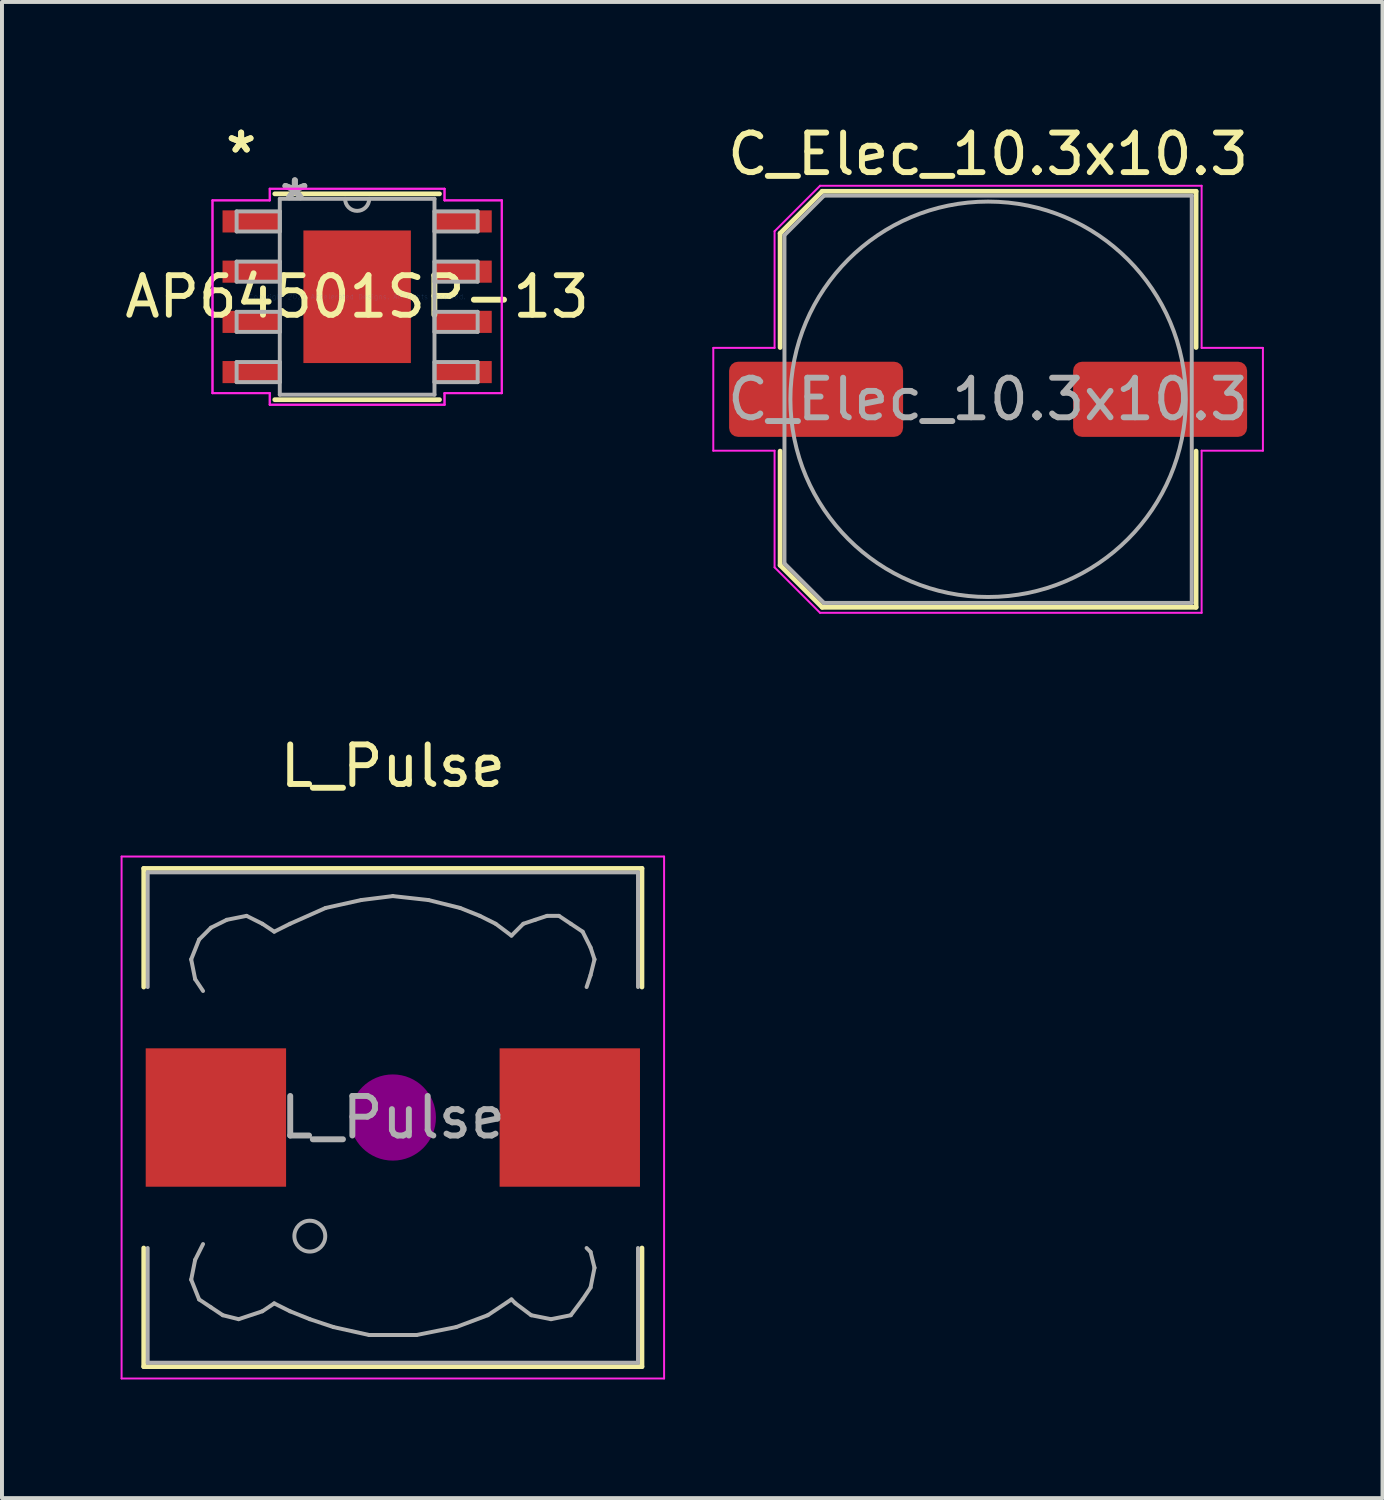
<source format=kicad_pcb>
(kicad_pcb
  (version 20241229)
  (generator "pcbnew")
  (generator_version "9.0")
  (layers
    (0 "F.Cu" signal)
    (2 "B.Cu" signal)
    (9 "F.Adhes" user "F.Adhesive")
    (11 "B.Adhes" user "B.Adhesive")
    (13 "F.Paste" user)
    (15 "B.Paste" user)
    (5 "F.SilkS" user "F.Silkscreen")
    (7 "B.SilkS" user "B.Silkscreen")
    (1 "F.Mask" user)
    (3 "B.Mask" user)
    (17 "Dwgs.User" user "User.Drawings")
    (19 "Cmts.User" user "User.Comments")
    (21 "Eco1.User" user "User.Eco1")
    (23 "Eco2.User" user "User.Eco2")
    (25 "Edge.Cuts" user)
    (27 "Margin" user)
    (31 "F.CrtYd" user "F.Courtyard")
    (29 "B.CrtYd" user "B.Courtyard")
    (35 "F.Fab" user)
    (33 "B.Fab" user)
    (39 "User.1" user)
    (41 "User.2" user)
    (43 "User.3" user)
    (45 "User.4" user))
  (footprint "C_Elec_10.3x10.3"
    (layer "F.Cu")
    (at 21.939 7.048)
    (property "Reference" "C_Elec_10.3x10.3" (at 0 -6.2 0) (layer "F.SilkS") (effects (font (size 1 1) (thickness 0.15))))
    (attr smd)
    (fp_line (start -5.26 -4.196) (end -5.26 -1.31) (stroke (width 0.12) (type solid)) (layer "F.SilkS"))
    (fp_line (start -5.26 -4.196) (end -4.196 -5.26) (stroke (width 0.12) (type solid)) (layer "F.SilkS"))
    (fp_line (start -5.26 4.196) (end -5.26 1.31) (stroke (width 0.12) (type solid)) (layer "F.SilkS"))
    (fp_line (start -5.26 4.196) (end -4.196 5.26) (stroke (width 0.12) (type solid)) (layer "F.SilkS"))
    (fp_line (start -4.196 -5.26) (end 5.26 -5.26) (stroke (width 0.12) (type solid)) (layer "F.SilkS"))
    (fp_line (start -4.196 5.26) (end 5.26 5.26) (stroke (width 0.12) (type solid)) (layer "F.SilkS"))
    (fp_line (start 5.26 -5.26) (end 5.26 -1.31) (stroke (width 0.12) (type solid)) (layer "F.SilkS"))
    (fp_line (start 5.26 5.26) (end 5.26 1.31) (stroke (width 0.12) (type solid)) (layer "F.SilkS"))
    (fp_line (start -6.95 -1.3) (end -6.95 1.3) (stroke (width 0.05) (type solid)) (layer "F.CrtYd"))
    (fp_line (start -6.95 1.3) (end -5.4 1.3) (stroke (width 0.05) (type solid)) (layer "F.CrtYd"))
    (fp_line (start -5.4 -4.25) (end -5.4 -1.3) (stroke (width 0.05) (type solid)) (layer "F.CrtYd"))
    (fp_line (start -5.4 -4.25) (end -4.25 -5.4) (stroke (width 0.05) (type solid)) (layer "F.CrtYd"))
    (fp_line (start -5.4 -1.3) (end -6.95 -1.3) (stroke (width 0.05) (type solid)) (layer "F.CrtYd"))
    (fp_line (start -5.4 1.3) (end -5.4 4.25) (stroke (width 0.05) (type solid)) (layer "F.CrtYd"))
    (fp_line (start -5.4 4.25) (end -4.25 5.4) (stroke (width 0.05) (type solid)) (layer "F.CrtYd"))
    (fp_line (start -4.25 -5.4) (end 5.4 -5.4) (stroke (width 0.05) (type solid)) (layer "F.CrtYd"))
    (fp_line (start -4.25 5.4) (end 5.4 5.4) (stroke (width 0.05) (type solid)) (layer "F.CrtYd"))
    (fp_line (start 5.4 -5.4) (end 5.4 -1.3) (stroke (width 0.05) (type solid)) (layer "F.CrtYd"))
    (fp_line (start 5.4 -1.3) (end 6.95 -1.3) (stroke (width 0.05) (type solid)) (layer "F.CrtYd"))
    (fp_line (start 5.4 1.3) (end 5.4 5.4) (stroke (width 0.05) (type solid)) (layer "F.CrtYd"))
    (fp_line (start 6.95 -1.3) (end 6.95 1.3) (stroke (width 0.05) (type solid)) (layer "F.CrtYd"))
    (fp_line (start 6.95 1.3) (end 5.4 1.3) (stroke (width 0.05) (type solid)) (layer "F.CrtYd"))
    (fp_line (start -5.15 -4.15) (end -5.15 4.15) (stroke (width 0.1) (type solid)) (layer "F.Fab"))
    (fp_line (start -5.15 -4.15) (end -4.15 -5.15) (stroke (width 0.1) (type solid)) (layer "F.Fab"))
    (fp_line (start -5.15 4.15) (end -4.15 5.15) (stroke (width 0.1) (type solid)) (layer "F.Fab"))
    (fp_line (start -4.15 -5.15) (end 5.15 -5.15) (stroke (width 0.1) (type solid)) (layer "F.Fab"))
    (fp_line (start -4.15 5.15) (end 5.15 5.15) (stroke (width 0.1) (type solid)) (layer "F.Fab"))
    (fp_line (start 5.15 -5.15) (end 5.15 5.15) (stroke (width 0.1) (type solid)) (layer "F.Fab"))
    (fp_circle (center 0 0) (end 5 0) (stroke (width 0.1) (type solid)) (fill no) (layer "F.Fab"))
    (fp_text user "${REFERENCE}" (at 0 0 0) (layer "F.Fab") (effects (font (size 1 1) (thickness 0.15))))
    (pad "1" smd roundrect (at -4.35 0) (size 4.4 1.9) (layers "F.Cu" "F.Mask" "F.Paste") (roundrect_rratio 0.119))
    (pad "2" smd roundrect (at 4.35 0) (size 4.4 1.9) (layers "F.Cu" "F.Mask" "F.Paste") (roundrect_rratio 0.119)))
  (footprint "AP64501SP-13"
    (layer "F.Cu")
    (at 5.982 4.455)
    (property "Reference" "AP64501SP-13" (at 0 0 0) (layer "F.SilkS") (effects (font (size 1 1) (thickness 0.15))))
    (attr through_hole)
    (fp_line (start -2.083 2.603) (end 2.083 2.603) (stroke (width 0.12) (type solid)) (layer "F.SilkS"))
    (fp_line (start 2.083 -2.603) (end -2.083 -2.603) (stroke (width 0.12) (type solid)) (layer "F.SilkS"))
    (fp_poly (pts (xy -1.259 -1.576) (xy -1.259 -0.1) (xy -0.1 -0.1) (xy -0.1 -1.576)) (stroke (width 0.1) (type solid)) (fill yes) (layer "F.Paste"))
    (fp_poly (pts (xy -1.259 0.1) (xy -1.259 1.576) (xy -0.1 1.576) (xy -0.1 0.1)) (stroke (width 0.1) (type solid)) (fill yes) (layer "F.Paste"))
    (fp_poly (pts (xy 0.1 -1.576) (xy 0.1 -0.1) (xy 1.259 -0.1) (xy 1.259 -1.576)) (stroke (width 0.1) (type solid)) (fill yes) (layer "F.Paste"))
    (fp_poly (pts (xy 0.1 0.1) (xy 0.1 1.576) (xy 1.259 1.576) (xy 1.259 0.1)) (stroke (width 0.1) (type solid)) (fill yes) (layer "F.Paste"))
    (fp_line (start -3.658 -2.438) (end -2.21 -2.438) (stroke (width 0.05) (type solid)) (layer "F.CrtYd"))
    (fp_line (start -3.658 -2.438) (end -2.21 -2.438) (stroke (width 0.05) (type solid)) (layer "F.CrtYd"))
    (fp_line (start -3.658 2.438) (end -3.658 -2.438) (stroke (width 0.05) (type solid)) (layer "F.CrtYd"))
    (fp_line (start -3.658 2.438) (end -3.658 -2.438) (stroke (width 0.05) (type solid)) (layer "F.CrtYd"))
    (fp_line (start -3.658 2.438) (end -2.21 2.438) (stroke (width 0.05) (type solid)) (layer "F.CrtYd"))
    (fp_line (start -2.21 -2.731) (end 2.21 -2.731) (stroke (width 0.05) (type solid)) (layer "F.CrtYd"))
    (fp_line (start -2.21 -2.731) (end 2.21 -2.731) (stroke (width 0.05) (type solid)) (layer "F.CrtYd"))
    (fp_line (start -2.21 -2.438) (end -2.21 -2.731) (stroke (width 0.05) (type solid)) (layer "F.CrtYd"))
    (fp_line (start -2.21 -2.438) (end -2.21 -2.731) (stroke (width 0.05) (type solid)) (layer "F.CrtYd"))
    (fp_line (start -2.21 2.438) (end -3.658 2.438) (stroke (width 0.05) (type solid)) (layer "F.CrtYd"))
    (fp_line (start -2.21 2.731) (end -2.21 2.438) (stroke (width 0.05) (type solid)) (layer "F.CrtYd"))
    (fp_line (start -2.21 2.731) (end -2.21 2.438) (stroke (width 0.05) (type solid)) (layer "F.CrtYd"))
    (fp_line (start 2.21 -2.731) (end 2.21 -2.438) (stroke (width 0.05) (type solid)) (layer "F.CrtYd"))
    (fp_line (start 2.21 -2.731) (end 2.21 -2.438) (stroke (width 0.05) (type solid)) (layer "F.CrtYd"))
    (fp_line (start 2.21 -2.438) (end 3.658 -2.438) (stroke (width 0.05) (type solid)) (layer "F.CrtYd"))
    (fp_line (start 2.21 2.438) (end 2.21 2.731) (stroke (width 0.05) (type solid)) (layer "F.CrtYd"))
    (fp_line (start 2.21 2.438) (end 2.21 2.731) (stroke (width 0.05) (type solid)) (layer "F.CrtYd"))
    (fp_line (start 2.21 2.731) (end -2.21 2.731) (stroke (width 0.05) (type solid)) (layer "F.CrtYd"))
    (fp_line (start 2.21 2.731) (end -2.21 2.731) (stroke (width 0.05) (type solid)) (layer "F.CrtYd"))
    (fp_line (start 3.658 -2.438) (end 2.21 -2.438) (stroke (width 0.05) (type solid)) (layer "F.CrtYd"))
    (fp_line (start 3.658 -2.438) (end 3.658 2.438) (stroke (width 0.05) (type solid)) (layer "F.CrtYd"))
    (fp_line (start 3.658 -2.438) (end 3.658 2.438) (stroke (width 0.05) (type solid)) (layer "F.CrtYd"))
    (fp_line (start 3.658 2.438) (end 2.21 2.438) (stroke (width 0.05) (type solid)) (layer "F.CrtYd"))
    (fp_line (start 3.658 2.438) (end 2.21 2.438) (stroke (width 0.05) (type solid)) (layer "F.CrtYd"))
    (fp_line (start -3.048 -2.159) (end -3.048 -1.651) (stroke (width 0.1) (type solid)) (layer "F.Fab"))
    (fp_line (start -3.048 -1.651) (end -1.956 -1.651) (stroke (width 0.1) (type solid)) (layer "F.Fab"))
    (fp_line (start -3.048 -0.889) (end -3.048 -0.381) (stroke (width 0.1) (type solid)) (layer "F.Fab"))
    (fp_line (start -3.048 -0.381) (end -1.956 -0.381) (stroke (width 0.1) (type solid)) (layer "F.Fab"))
    (fp_line (start -3.048 0.381) (end -3.048 0.889) (stroke (width 0.1) (type solid)) (layer "F.Fab"))
    (fp_line (start -3.048 0.889) (end -1.956 0.889) (stroke (width 0.1) (type solid)) (layer "F.Fab"))
    (fp_line (start -3.048 1.651) (end -3.048 2.159) (stroke (width 0.1) (type solid)) (layer "F.Fab"))
    (fp_line (start -3.048 2.159) (end -1.956 2.159) (stroke (width 0.1) (type solid)) (layer "F.Fab"))
    (fp_line (start -1.956 -2.477) (end -1.956 2.477) (stroke (width 0.1) (type solid)) (layer "F.Fab"))
    (fp_line (start -1.956 -2.159) (end -3.048 -2.159) (stroke (width 0.1) (type solid)) (layer "F.Fab"))
    (fp_line (start -1.956 -1.651) (end -1.956 -2.159) (stroke (width 0.1) (type solid)) (layer "F.Fab"))
    (fp_line (start -1.956 -0.889) (end -3.048 -0.889) (stroke (width 0.1) (type solid)) (layer "F.Fab"))
    (fp_line (start -1.956 -0.381) (end -1.956 -0.889) (stroke (width 0.1) (type solid)) (layer "F.Fab"))
    (fp_line (start -1.956 0.381) (end -3.048 0.381) (stroke (width 0.1) (type solid)) (layer "F.Fab"))
    (fp_line (start -1.956 0.889) (end -1.956 0.381) (stroke (width 0.1) (type solid)) (layer "F.Fab"))
    (fp_line (start -1.956 1.651) (end -3.048 1.651) (stroke (width 0.1) (type solid)) (layer "F.Fab"))
    (fp_line (start -1.956 2.159) (end -1.956 1.651) (stroke (width 0.1) (type solid)) (layer "F.Fab"))
    (fp_line (start -1.956 2.477) (end 1.956 2.477) (stroke (width 0.1) (type solid)) (layer "F.Fab"))
    (fp_line (start 1.956 -2.477) (end -1.956 -2.477) (stroke (width 0.1) (type solid)) (layer "F.Fab"))
    (fp_line (start 1.956 -2.159) (end 1.956 -1.651) (stroke (width 0.1) (type solid)) (layer "F.Fab"))
    (fp_line (start 1.956 -1.651) (end 3.048 -1.651) (stroke (width 0.1) (type solid)) (layer "F.Fab"))
    (fp_line (start 1.956 -0.889) (end 1.956 -0.381) (stroke (width 0.1) (type solid)) (layer "F.Fab"))
    (fp_line (start 1.956 -0.381) (end 3.048 -0.381) (stroke (width 0.1) (type solid)) (layer "F.Fab"))
    (fp_line (start 1.956 0.381) (end 1.956 0.889) (stroke (width 0.1) (type solid)) (layer "F.Fab"))
    (fp_line (start 1.956 0.889) (end 3.048 0.889) (stroke (width 0.1) (type solid)) (layer "F.Fab"))
    (fp_line (start 1.956 1.651) (end 1.956 2.159) (stroke (width 0.1) (type solid)) (layer "F.Fab"))
    (fp_line (start 1.956 2.159) (end 3.048 2.159) (stroke (width 0.1) (type solid)) (layer "F.Fab"))
    (fp_line (start 1.956 2.477) (end 1.956 -2.477) (stroke (width 0.1) (type solid)) (layer "F.Fab"))
    (fp_line (start 3.048 -2.159) (end 1.956 -2.159) (stroke (width 0.1) (type solid)) (layer "F.Fab"))
    (fp_line (start 3.048 -1.651) (end 3.048 -2.159) (stroke (width 0.1) (type solid)) (layer "F.Fab"))
    (fp_line (start 3.048 -0.889) (end 1.956 -0.889) (stroke (width 0.1) (type solid)) (layer "F.Fab"))
    (fp_line (start 3.048 -0.381) (end 3.048 -0.889) (stroke (width 0.1) (type solid)) (layer "F.Fab"))
    (fp_line (start 3.048 0.381) (end 1.956 0.381) (stroke (width 0.1) (type solid)) (layer "F.Fab"))
    (fp_line (start 3.048 0.889) (end 3.048 0.381) (stroke (width 0.1) (type solid)) (layer "F.Fab"))
    (fp_line (start 3.048 1.651) (end 1.956 1.651) (stroke (width 0.1) (type solid)) (layer "F.Fab"))
    (fp_line (start 3.048 2.159) (end 3.048 1.651) (stroke (width 0.1) (type solid)) (layer "F.Fab"))
    (fp_arc (start 0.3048 -2.4765) (mid 0 -2.1717) (end -0.3048 -2.4765) (stroke (width 0.1) (type solid)) (layer "F.Fab"))
    (fp_text user "*" (at -2.934 -3.607 0) (layer "F.SilkS") (effects (font (size 1 1) (thickness 0.15))))
    (fp_text user "*" (at -2.934 -3.607 0) (layer "F.SilkS") (effects (font (size 1 1) (thickness 0.15))))
    (fp_text user "Copyright 2021 Accelerated Designs. All rights reserved." (at 0 0 0) (layer "Cmts.User") (effects (font (size 0.127 0.127) (thickness 0.002))))
    (fp_text user "*" (at -1.575 -2.4 0) (layer "F.Fab") (effects (font (size 1 1) (thickness 0.15))))
    (fp_text user "*" (at -1.575 -2.4 0) (layer "F.Fab") (effects (font (size 1 1) (thickness 0.15))))
    (pad "1" smd rect (at -2.68 -1.905) (size 1.448 0.559) (layers "F.Cu" "F.Mask" "F.Paste"))
    (pad "2" smd rect (at -2.68 -0.635) (size 1.448 0.559) (layers "F.Cu" "F.Mask" "F.Paste"))
    (pad "3" smd rect (at -2.68 0.635) (size 1.448 0.559) (layers "F.Cu" "F.Mask" "F.Paste"))
    (pad "4" smd rect (at -2.68 1.905) (size 1.448 0.559) (layers "F.Cu" "F.Mask" "F.Paste"))
    (pad "5" smd rect (at 2.68 1.905) (size 1.448 0.559) (layers "F.Cu" "F.Mask" "F.Paste"))
    (pad "6" smd rect (at 2.68 0.635) (size 1.448 0.559) (layers "F.Cu" "F.Mask" "F.Paste"))
    (pad "7" smd rect (at 2.68 -0.635) (size 1.448 0.559) (layers "F.Cu" "F.Mask" "F.Paste"))
    (pad "8" smd rect (at 2.68 -1.905) (size 1.448 0.559) (layers "F.Cu" "F.Mask" "F.Paste"))
    (pad "EPAD" smd rect (at 0 0) (size 2.718 3.353) (layers "F.Cu" "F.Mask")))
  (footprint "L_Pulse"
    (layer "F.Cu")
    (at 6.885 25.212)
    (property "Reference" "L_Pulse" (at 0 -8.89 0) (layer "F.SilkS") (effects (font (size 1 1) (thickness 0.15))))
    (attr smd)
    (fp_line (start -6.3 -6.3) (end 6.3 -6.3) (stroke (width 0.12) (type solid)) (layer "F.SilkS"))
    (fp_line (start -6.3 -3.3) (end -6.3 -6.3) (stroke (width 0.12) (type solid)) (layer "F.SilkS"))
    (fp_line (start -6.3 6.3) (end -6.3 3.3) (stroke (width 0.12) (type solid)) (layer "F.SilkS"))
    (fp_line (start 6.3 -6.3) (end 6.3 -3.3) (stroke (width 0.12) (type solid)) (layer "F.SilkS"))
    (fp_line (start 6.3 3.3) (end 6.3 6.3) (stroke (width 0.12) (type solid)) (layer "F.SilkS"))
    (fp_line (start 6.3 6.3) (end -6.3 6.3) (stroke (width 0.12) (type solid)) (layer "F.SilkS"))
    (fp_circle (center 0 0) (end 0.15 0.15) (stroke (width 0.38) (type solid)) (fill no) (layer "F.Adhes"))
    (fp_circle (center 0 0) (end 0.55 0) (stroke (width 0.38) (type solid)) (fill no) (layer "F.Adhes"))
    (fp_circle (center 0 0) (end 0.9 0) (stroke (width 0.38) (type solid)) (fill no) (layer "F.Adhes"))
    (fp_line (start -6.86 -6.6) (end 6.86 -6.6) (stroke (width 0.05) (type solid)) (layer "F.CrtYd"))
    (fp_line (start -6.86 6.6) (end -6.86 -6.6) (stroke (width 0.05) (type solid)) (layer "F.CrtYd"))
    (fp_line (start 6.86 -6.6) (end 6.86 6.6) (stroke (width 0.05) (type solid)) (layer "F.CrtYd"))
    (fp_line (start 6.86 6.6) (end -6.86 6.6) (stroke (width 0.05) (type solid)) (layer "F.CrtYd"))
    (fp_line (start -6.2 -6.2) (end -6.2 -3.3) (stroke (width 0.1) (type solid)) (layer "F.Fab"))
    (fp_line (start -6.2 3.3) (end -6.2 6.2) (stroke (width 0.1) (type solid)) (layer "F.Fab"))
    (fp_line (start -6.2 6.2) (end 6.2 6.2) (stroke (width 0.1) (type solid)) (layer "F.Fab"))
    (fp_line (start -5.1 -4) (end -5 -3.5) (stroke (width 0.1) (type solid)) (layer "F.Fab"))
    (fp_line (start -5.1 4.1) (end -5 3.6) (stroke (width 0.1) (type solid)) (layer "F.Fab"))
    (fp_line (start -5 -3.5) (end -4.8 -3.2) (stroke (width 0.1) (type solid)) (layer "F.Fab"))
    (fp_line (start -5 3.6) (end -4.8 3.2) (stroke (width 0.1) (type solid)) (layer "F.Fab"))
    (fp_line (start -4.9 -4.5) (end -5.1 -4) (stroke (width 0.1) (type solid)) (layer "F.Fab"))
    (fp_line (start -4.9 4.6) (end -5.1 4.1) (stroke (width 0.1) (type solid)) (layer "F.Fab"))
    (fp_line (start -4.6 -4.8) (end -4.9 -4.5) (stroke (width 0.1) (type solid)) (layer "F.Fab"))
    (fp_line (start -4.6 4.8) (end -4.9 4.6) (stroke (width 0.1) (type solid)) (layer "F.Fab"))
    (fp_line (start -4.3 5) (end -4.6 4.8) (stroke (width 0.1) (type solid)) (layer "F.Fab"))
    (fp_line (start -4.2 -5) (end -4.6 -4.8) (stroke (width 0.1) (type solid)) (layer "F.Fab"))
    (fp_line (start -3.9 5.1) (end -4.3 5) (stroke (width 0.1) (type solid)) (layer "F.Fab"))
    (fp_line (start -3.7 -5.1) (end -4.2 -5) (stroke (width 0.1) (type solid)) (layer "F.Fab"))
    (fp_line (start -3.3 -4.9) (end -3.7 -5.1) (stroke (width 0.1) (type solid)) (layer "F.Fab"))
    (fp_line (start -3.3 4.9) (end -3.9 5.1) (stroke (width 0.1) (type solid)) (layer "F.Fab"))
    (fp_line (start -3 -4.7) (end -3.3 -4.9) (stroke (width 0.1) (type solid)) (layer "F.Fab"))
    (fp_line (start -3 4.7) (end -3.3 4.9) (stroke (width 0.1) (type solid)) (layer "F.Fab"))
    (fp_line (start -2.6 -4.9) (end -3 -4.7) (stroke (width 0.1) (type solid)) (layer "F.Fab"))
    (fp_line (start -2.6 4.9) (end -3 4.7) (stroke (width 0.1) (type solid)) (layer "F.Fab"))
    (fp_line (start -2.1 5.1) (end -2.6 4.9) (stroke (width 0.1) (type solid)) (layer "F.Fab"))
    (fp_line (start -1.7 -5.3) (end -2.6 -4.9) (stroke (width 0.1) (type solid)) (layer "F.Fab"))
    (fp_line (start -1.5 5.3) (end -2.1 5.1) (stroke (width 0.1) (type solid)) (layer "F.Fab"))
    (fp_line (start -0.8 -5.5) (end -1.7 -5.3) (stroke (width 0.1) (type solid)) (layer "F.Fab"))
    (fp_line (start -0.6 5.5) (end -1.5 5.3) (stroke (width 0.1) (type solid)) (layer "F.Fab"))
    (fp_line (start 0 -5.6) (end -0.8 -5.5) (stroke (width 0.1) (type solid)) (layer "F.Fab"))
    (fp_line (start 0.6 5.5) (end -0.6 5.5) (stroke (width 0.1) (type solid)) (layer "F.Fab"))
    (fp_line (start 0.9 -5.5) (end 0 -5.6) (stroke (width 0.1) (type solid)) (layer "F.Fab"))
    (fp_line (start 1.6 5.3) (end 0.6 5.5) (stroke (width 0.1) (type solid)) (layer "F.Fab"))
    (fp_line (start 1.7 -5.3) (end 0.9 -5.5) (stroke (width 0.1) (type solid)) (layer "F.Fab"))
    (fp_line (start 2.2 -5.1) (end 1.7 -5.3) (stroke (width 0.1) (type solid)) (layer "F.Fab"))
    (fp_line (start 2.4 5) (end 1.6 5.3) (stroke (width 0.1) (type solid)) (layer "F.Fab"))
    (fp_line (start 2.6 -4.9) (end 2.2 -5.1) (stroke (width 0.1) (type solid)) (layer "F.Fab"))
    (fp_line (start 3 -4.6) (end 2.6 -4.9) (stroke (width 0.1) (type solid)) (layer "F.Fab"))
    (fp_line (start 3 4.6) (end 2.4 5) (stroke (width 0.1) (type solid)) (layer "F.Fab"))
    (fp_line (start 3.1 4.7) (end 3 4.6) (stroke (width 0.1) (type solid)) (layer "F.Fab"))
    (fp_line (start 3.3 -4.9) (end 3 -4.6) (stroke (width 0.1) (type solid)) (layer "F.Fab"))
    (fp_line (start 3.5 5) (end 3.1 4.7) (stroke (width 0.1) (type solid)) (layer "F.Fab"))
    (fp_line (start 3.6 -5) (end 3.3 -4.9) (stroke (width 0.1) (type solid)) (layer "F.Fab"))
    (fp_line (start 3.9 -5.1) (end 3.6 -5) (stroke (width 0.1) (type solid)) (layer "F.Fab"))
    (fp_line (start 4 5.1) (end 3.5 5) (stroke (width 0.1) (type solid)) (layer "F.Fab"))
    (fp_line (start 4.2 -5.1) (end 3.9 -5.1) (stroke (width 0.1) (type solid)) (layer "F.Fab"))
    (fp_line (start 4.5 -4.9) (end 4.2 -5.1) (stroke (width 0.1) (type solid)) (layer "F.Fab"))
    (fp_line (start 4.5 5) (end 4 5.1) (stroke (width 0.1) (type solid)) (layer "F.Fab"))
    (fp_line (start 4.8 -4.7) (end 4.5 -4.9) (stroke (width 0.1) (type solid)) (layer "F.Fab"))
    (fp_line (start 4.8 4.6) (end 4.5 5) (stroke (width 0.1) (type solid)) (layer "F.Fab"))
    (fp_line (start 4.9 -3.3) (end 5 -3.6) (stroke (width 0.1) (type solid)) (layer "F.Fab"))
    (fp_line (start 4.9 3.3) (end 5 3.4) (stroke (width 0.1) (type solid)) (layer "F.Fab"))
    (fp_line (start 5 -4.3) (end 4.8 -4.7) (stroke (width 0.1) (type solid)) (layer "F.Fab"))
    (fp_line (start 5 -3.6) (end 5.1 -4) (stroke (width 0.1) (type solid)) (layer "F.Fab"))
    (fp_line (start 5 3.4) (end 5.1 3.8) (stroke (width 0.1) (type solid)) (layer "F.Fab"))
    (fp_line (start 5 4.3) (end 4.8 4.6) (stroke (width 0.1) (type solid)) (layer "F.Fab"))
    (fp_line (start 5.1 -4) (end 5 -4.3) (stroke (width 0.1) (type solid)) (layer "F.Fab"))
    (fp_line (start 5.1 3.8) (end 5 4.3) (stroke (width 0.1) (type solid)) (layer "F.Fab"))
    (fp_line (start 6.2 -6.2) (end -6.2 -6.2) (stroke (width 0.1) (type solid)) (layer "F.Fab"))
    (fp_line (start 6.2 -6.2) (end 6.2 -3.3) (stroke (width 0.1) (type solid)) (layer "F.Fab"))
    (fp_line (start 6.2 6.2) (end 6.2 3.3) (stroke (width 0.1) (type solid)) (layer "F.Fab"))
    (fp_circle (center -2.1 3) (end -1.8 3.25) (stroke (width 0.1) (type solid)) (fill no) (layer "F.Fab"))
    (fp_text user "${REFERENCE}" (at 0 0 0) (layer "F.Fab") (effects (font (size 1 1) (thickness 0.15))))
    (pad "1" smd rect (at -4.475 0) (size 3.55 3.5) (layers "F.Cu" "F.Mask" "F.Paste"))
    (pad "2" smd rect (at 4.475 0) (size 3.55 3.5) (layers "F.Cu" "F.Mask" "F.Paste")))
  (gr_rect
    (start -3 -3)
    (end 31.914 34.837)
    (stroke (width 0.1) (type default))
    (fill no)
    (layer "Edge.Cuts")))
</source>
